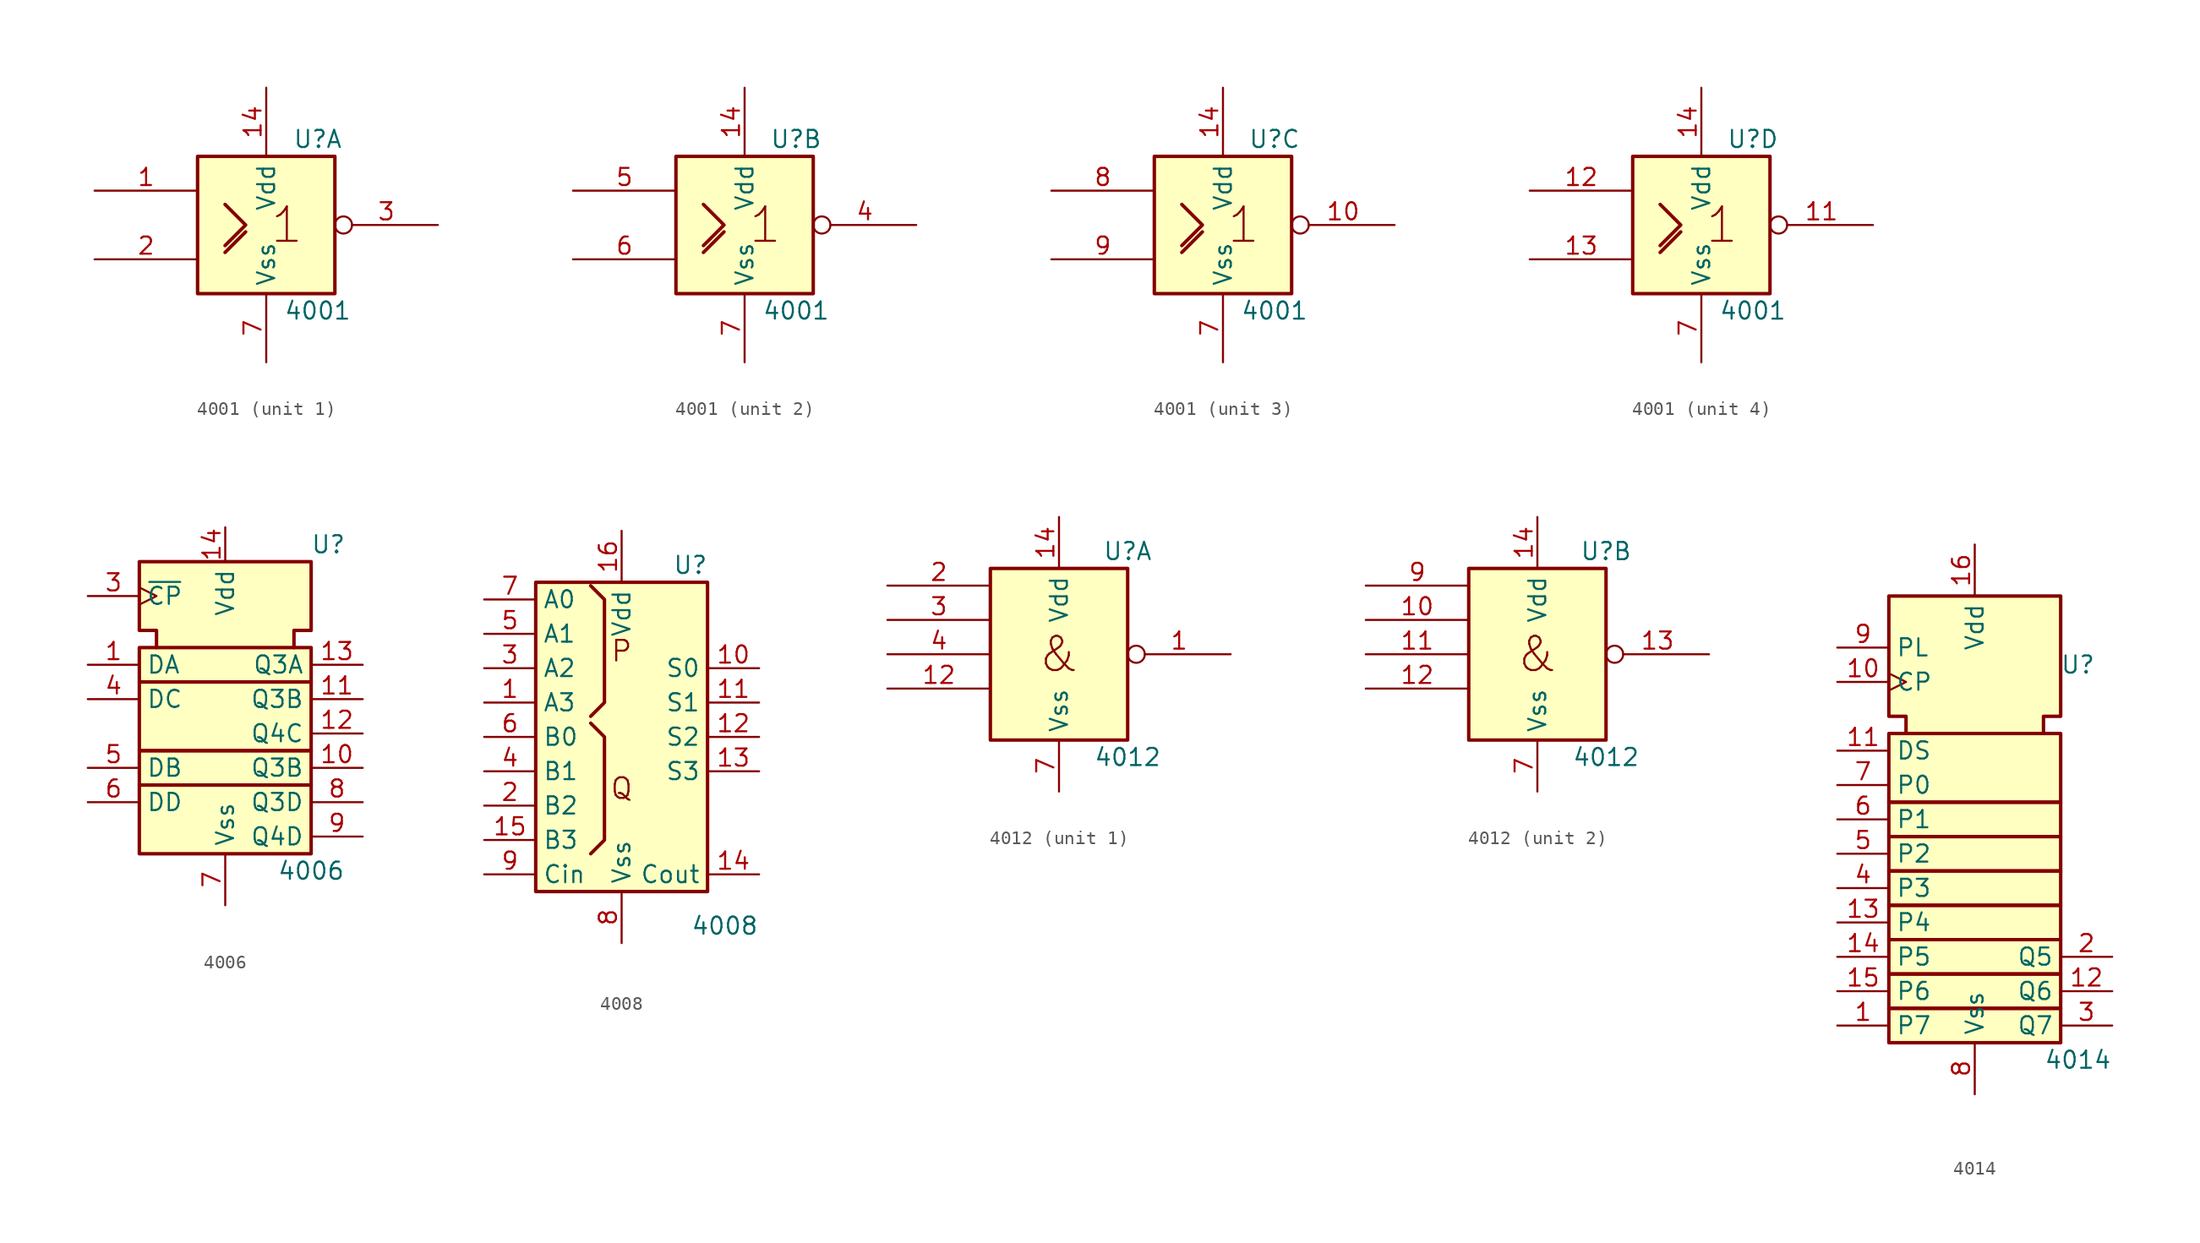
<source format=kicad_sym>
(kicad_symbol_lib
  (version 20220914)
  (generator kicad_symbol_editor)
  (symbol "4001"
    (property "Reference" "U"
      (at 3.81 6.35 0)
      (effects (font (size 1.27 1.27))))
    (property "Value" "4001"
      (at 3.81 -6.35 0)
      (effects (font (size 1.27 1.27))))
    (symbol "4001_0_0"
      (rectangle (start -5.08 5.08) (end 5.08 -5.08) (stroke (width 0.254) (type default)) (fill (type background)))
      (text "1" (at 1.524 0 0) (effects (font (size 2.54 2.54))))
      (pin power_in line (at 0 10.16 270) (length 5.08) (name "Vdd" (effects (font (size 1.27 1.27)))) (number "14" (effects (font (size 1.27 1.27)))))
      (pin power_in line (at 0 -10.16 90) (length 5.08) (name "Vss" (effects (font (size 1.27 1.27)))) (number "7" (effects (font (size 1.27 1.27))))))
    (symbol "4001_0_1"
      (polyline (pts (xy -3.048 -2.032) (xy -1.524 -0.508) (xy -1.524 -0.508)) (stroke (width 0.254) (type default)) (fill (type background)))
      (polyline (pts (xy -3.048 1.524) (xy -1.524 0) (xy -3.048 -1.524) (xy -3.048 -1.524)) (stroke (width 0.254) (type default)) (fill (type background))))
    (symbol "4001_1_1"
      (pin input line (at -12.7 2.54 0) (length 7.62) (name "~" (effects (font (size 1.27 1.27)))) (number "1" (effects (font (size 1.27 1.27)))))
      (pin input line (at -12.7 -2.54 0) (length 7.62) (name "~" (effects (font (size 1.27 1.27)))) (number "2" (effects (font (size 1.27 1.27)))))
      (pin output inverted (at 12.7 0 180) (length 7.62) (name "~" (effects (font (size 1.27 1.27)))) (number "3" (effects (font (size 1.27 1.27))))))
    (symbol "4001_2_1"
      (pin output inverted (at 12.7 0 180) (length 7.62) (name "~" (effects (font (size 1.27 1.27)))) (number "4" (effects (font (size 1.27 1.27)))))
      (pin input line (at -12.7 2.54 0) (length 7.62) (name "~" (effects (font (size 1.27 1.27)))) (number "5" (effects (font (size 1.27 1.27)))))
      (pin input line (at -12.7 -2.54 0) (length 7.62) (name "~" (effects (font (size 1.27 1.27)))) (number "6" (effects (font (size 1.27 1.27))))))
    (symbol "4001_3_1"
      (pin output inverted (at 12.7 0 180) (length 7.62) (name "~" (effects (font (size 1.27 1.27)))) (number "10" (effects (font (size 1.27 1.27)))))
      (pin input line (at -12.7 2.54 0) (length 7.62) (name "~" (effects (font (size 1.27 1.27)))) (number "8" (effects (font (size 1.27 1.27)))))
      (pin input line (at -12.7 -2.54 0) (length 7.62) (name "~" (effects (font (size 1.27 1.27)))) (number "9" (effects (font (size 1.27 1.27))))))
    (symbol "4001_4_1"
      (pin output inverted (at 12.7 0 180) (length 7.62) (name "~" (effects (font (size 1.27 1.27)))) (number "11" (effects (font (size 1.27 1.27)))))
      (pin input line (at -12.7 2.54 0) (length 7.62) (name "~" (effects (font (size 1.27 1.27)))) (number "12" (effects (font (size 1.27 1.27)))))
      (pin input line (at -12.7 -2.54 0) (length 7.62) (name "~" (effects (font (size 1.27 1.27)))) (number "13" (effects (font (size 1.27 1.27)))))))
  (symbol "4006"
    (property "Reference" "U"
      (at 7.62 8.89 0)
      (effects (font (size 1.27 1.27))))
    (property "Value" "4006"
      (at 6.35 -15.24 0)
      (effects (font (size 1.27 1.27))))
    (symbol "4006_0_0"
      (rectangle (start -6.35 -8.89) (end 6.35 -13.97) (stroke (width 0.254) (type default)) (fill (type background)))
      (rectangle (start -6.35 -6.35) (end 6.35 -8.89) (stroke (width 0.254) (type default)) (fill (type background)))
      (rectangle (start -6.35 -1.27) (end 6.35 -6.35) (stroke (width 0.254) (type default)) (fill (type background)))
      (rectangle (start -6.35 1.27) (end 6.35 -1.27) (stroke (width 0.254) (type default)) (fill (type background)))
      (polyline (pts (xy -5.08 1.27) (xy -5.08 2.54) (xy -6.35 2.54) (xy -6.35 7.62) (xy 6.35 7.62) (xy 6.35 2.54) (xy 5.08 2.54) (xy 5.08 1.27) (xy 5.08 1.27)) (stroke (width 0.254) (type default)) (fill (type background))))
    (symbol "4006_0_1"
      (pin power_in line (at 0 10.16 270) (length 2.54) (name "Vdd" (effects (font (size 1.27 1.27)))) (number "14" (effects (font (size 1.27 1.27)))))
      (pin power_in line (at 0 -17.78 90) (length 3.81) (name "Vss" (effects (font (size 1.27 1.27)))) (number "7" (effects (font (size 1.27 1.27))))))
    (symbol "4006_1_1"
      (pin input line (at -10.16 0 0) (length 3.81) (name "DA" (effects (font (size 1.27 1.27)))) (number "1" (effects (font (size 1.27 1.27)))))
      (pin output line (at 10.16 -7.62 180) (length 3.81) (name "Q3B" (effects (font (size 1.27 1.27)))) (number "10" (effects (font (size 1.27 1.27)))))
      (pin output line (at 10.16 -2.54 180) (length 3.81) (name "Q3B" (effects (font (size 1.27 1.27)))) (number "11" (effects (font (size 1.27 1.27)))))
      (pin output line (at 10.16 -5.08 180) (length 3.81) (name "Q4C" (effects (font (size 1.27 1.27)))) (number "12" (effects (font (size 1.27 1.27)))))
      (pin output line (at 10.16 0 180) (length 3.81) (name "Q3A" (effects (font (size 1.27 1.27)))) (number "13" (effects (font (size 1.27 1.27)))))
      (pin input clock (at -10.16 5.08 0) (length 3.81) (name "~{CP}" (effects (font (size 1.27 1.27)))) (number "3" (effects (font (size 1.27 1.27)))))
      (pin input line (at -10.16 -2.54 0) (length 3.81) (name "DC" (effects (font (size 1.27 1.27)))) (number "4" (effects (font (size 1.27 1.27)))))
      (pin input line (at -10.16 -7.62 0) (length 3.81) (name "DB" (effects (font (size 1.27 1.27)))) (number "5" (effects (font (size 1.27 1.27)))))
      (pin input line (at -10.16 -10.16 0) (length 3.81) (name "DD" (effects (font (size 1.27 1.27)))) (number "6" (effects (font (size 1.27 1.27)))))
      (pin output line (at 10.16 -10.16 180) (length 3.81) (name "Q3D" (effects (font (size 1.27 1.27)))) (number "8" (effects (font (size 1.27 1.27)))))
      (pin output line (at 10.16 -12.7 180) (length 3.81) (name "Q4D" (effects (font (size 1.27 1.27)))) (number "9" (effects (font (size 1.27 1.27)))))))
  (symbol "4008"
    (property "Reference" "U"
      (at 5.08 12.7 0)
      (effects (font (size 1.27 1.27))))
    (property "Value" "4008"
      (at 7.62 -13.97 0)
      (effects (font (size 1.27 1.27))))
    (symbol "4008_0_0"
      (text "P" (at 0 6.35 0) (effects (font (size 1.524 1.524))))
      (text "Q" (at 0 -3.81 0) (effects (font (size 1.524 1.524)))))
    (symbol "4008_0_1"
      (rectangle (start -6.35 11.43) (end 6.35 -11.43) (stroke (width 0.254) (type default)) (fill (type background)))
      (polyline (pts (xy -2.286 1.016) (xy -1.27 0) (xy -1.27 -7.62) (xy -2.286 -8.636) (xy -2.286 -8.636)) (stroke (width 0.254) (type default)) (fill (type background)))
      (polyline (pts (xy -2.286 1.524) (xy -1.27 2.54) (xy -1.27 10.16) (xy -2.286 11.176) (xy -2.286 11.176)) (stroke (width 0.254) (type default)) (fill (type background))))
    (symbol "4008_1_1"
      (pin input line (at -10.16 2.54 0) (length 3.81) (name "A3" (effects (font (size 1.27 1.27)))) (number "1" (effects (font (size 1.27 1.27)))))
      (pin output line (at 10.16 5.08 180) (length 3.81) (name "S0" (effects (font (size 1.27 1.27)))) (number "10" (effects (font (size 1.27 1.27)))))
      (pin output line (at 10.16 2.54 180) (length 3.81) (name "S1" (effects (font (size 1.27 1.27)))) (number "11" (effects (font (size 1.27 1.27)))))
      (pin output line (at 10.16 0 180) (length 3.81) (name "S2" (effects (font (size 1.27 1.27)))) (number "12" (effects (font (size 1.27 1.27)))))
      (pin output line (at 10.16 -2.54 180) (length 3.81) (name "S3" (effects (font (size 1.27 1.27)))) (number "13" (effects (font (size 1.27 1.27)))))
      (pin output line (at 10.16 -10.16 180) (length 3.81) (name "Cout" (effects (font (size 1.27 1.27)))) (number "14" (effects (font (size 1.27 1.27)))))
      (pin input line (at -10.16 -7.62 0) (length 3.81) (name "B3" (effects (font (size 1.27 1.27)))) (number "15" (effects (font (size 1.27 1.27)))))
      (pin power_in line (at 0 15.24 270) (length 3.81) (name "Vdd" (effects (font (size 1.27 1.27)))) (number "16" (effects (font (size 1.27 1.27)))))
      (pin input line (at -10.16 -5.08 0) (length 3.81) (name "B2" (effects (font (size 1.27 1.27)))) (number "2" (effects (font (size 1.27 1.27)))))
      (pin input line (at -10.16 5.08 0) (length 3.81) (name "A2" (effects (font (size 1.27 1.27)))) (number "3" (effects (font (size 1.27 1.27)))))
      (pin input line (at -10.16 -2.54 0) (length 3.81) (name "B1" (effects (font (size 1.27 1.27)))) (number "4" (effects (font (size 1.27 1.27)))))
      (pin input line (at -10.16 7.62 0) (length 3.81) (name "A1" (effects (font (size 1.27 1.27)))) (number "5" (effects (font (size 1.27 1.27)))))
      (pin input line (at -10.16 0 0) (length 3.81) (name "B0" (effects (font (size 1.27 1.27)))) (number "6" (effects (font (size 1.27 1.27)))))
      (pin input line (at -10.16 10.16 0) (length 3.81) (name "A0" (effects (font (size 1.27 1.27)))) (number "7" (effects (font (size 1.27 1.27)))))
      (pin power_in line (at 0 -15.24 90) (length 3.81) (name "Vss" (effects (font (size 1.27 1.27)))) (number "8" (effects (font (size 1.27 1.27)))))
      (pin input line (at -10.16 -10.16 0) (length 3.81) (name "Cin" (effects (font (size 1.27 1.27)))) (number "9" (effects (font (size 1.27 1.27)))))))
  (symbol "4012"
    (property "Reference" "U"
      (at 5.08 7.62 0)
      (effects (font (size 1.27 1.27))))
    (property "Value" "4012"
      (at 5.08 -7.62 0)
      (effects (font (size 1.27 1.27))))
    (symbol "4012_0_0"
      (text "&" (at 0 0 0) (effects (font (size 2.54 2.54)))))
    (symbol "4012_0_1"
      (rectangle (start -5.08 6.35) (end 5.08 -6.35) (stroke (width 0.254) (type default)) (fill (type background)))
      (pin power_in line (at 0 10.16 270) (length 3.81) (name "Vdd" (effects (font (size 1.27 1.27)))) (number "14" (effects (font (size 1.27 1.27)))))
      (pin power_in line (at 0 -10.16 90) (length 3.81) (name "Vss" (effects (font (size 1.27 1.27)))) (number "7" (effects (font (size 1.27 1.27))))))
    (symbol "4012_1_1"
      (pin output inverted (at 12.7 0 180) (length 7.62) (name "~" (effects (font (size 1.27 1.27)))) (number "1" (effects (font (size 1.27 1.27)))))
      (pin input line (at -12.7 -2.54 0) (length 7.62) (name "~" (effects (font (size 1.27 1.27)))) (number "12" (effects (font (size 1.27 1.27)))))
      (pin input line (at -12.7 5.08 0) (length 7.62) (name "~" (effects (font (size 1.27 1.27)))) (number "2" (effects (font (size 1.27 1.27)))))
      (pin input line (at -12.7 2.54 0) (length 7.62) (name "~" (effects (font (size 1.27 1.27)))) (number "3" (effects (font (size 1.27 1.27)))))
      (pin input line (at -12.7 0 0) (length 7.62) (name "~" (effects (font (size 1.27 1.27)))) (number "4" (effects (font (size 1.27 1.27))))))
    (symbol "4012_2_1"
      (pin input line (at -12.7 2.54 0) (length 7.62) (name "~" (effects (font (size 1.27 1.27)))) (number "10" (effects (font (size 1.27 1.27)))))
      (pin input line (at -12.7 0 0) (length 7.62) (name "~" (effects (font (size 1.27 1.27)))) (number "11" (effects (font (size 1.27 1.27)))))
      (pin input line (at -12.7 -2.54 0) (length 7.62) (name "~" (effects (font (size 1.27 1.27)))) (number "12" (effects (font (size 1.27 1.27)))))
      (pin output inverted (at 12.7 0 180) (length 7.62) (name "~" (effects (font (size 1.27 1.27)))) (number "13" (effects (font (size 1.27 1.27)))))
      (pin input line (at -12.7 5.08 0) (length 7.62) (name "~" (effects (font (size 1.27 1.27)))) (number "9" (effects (font (size 1.27 1.27)))))))
  (symbol "4014"
    (property "Reference" "U"
      (at 7.62 11.43 0)
      (effects (font (size 1.27 1.27))))
    (property "Value" "4014"
      (at 7.62 -17.78 0)
      (effects (font (size 1.27 1.27))))
    (symbol "4014_0_1"
      (rectangle (start -6.35 -13.97) (end 6.35 -16.51) (stroke (width 0.254) (type default)) (fill (type background)))
      (rectangle (start -6.35 -11.43) (end 6.35 -13.97) (stroke (width 0.254) (type default)) (fill (type background)))
      (rectangle (start -6.35 -8.89) (end 6.35 -11.43) (stroke (width 0.254) (type default)) (fill (type background)))
      (rectangle (start -6.35 -6.35) (end 6.35 -8.89) (stroke (width 0.254) (type default)) (fill (type background)))
      (rectangle (start -6.35 -3.81) (end 6.35 -6.35) (stroke (width 0.254) (type default)) (fill (type background)))
      (rectangle (start -6.35 -1.27) (end 6.35 -3.81) (stroke (width 0.254) (type default)) (fill (type background)))
      (rectangle (start -6.35 1.27) (end 6.35 -1.27) (stroke (width 0.254) (type default)) (fill (type background)))
      (rectangle (start -6.35 6.35) (end 6.35 1.27) (stroke (width 0.254) (type default)) (fill (type background)))
      (polyline (pts (xy -5.08 6.35) (xy -5.08 7.62) (xy -6.35 7.62) (xy -6.35 16.51) (xy 6.35 16.51) (xy 6.35 7.62) (xy 5.08 7.62) (xy 5.08 6.35) (xy 5.08 6.35)) (stroke (width 0.254) (type default)) (fill (type background))))
    (symbol "4014_1_1"
      (pin input line (at -10.16 -15.24 0) (length 3.81) (name "P7" (effects (font (size 1.27 1.27)))) (number "1" (effects (font (size 1.27 1.27)))))
      (pin input clock (at -10.16 10.16 0) (length 3.81) (name "CP" (effects (font (size 1.27 1.27)))) (number "10" (effects (font (size 1.27 1.27)))))
      (pin input line (at -10.16 5.08 0) (length 3.81) (name "DS" (effects (font (size 1.27 1.27)))) (number "11" (effects (font (size 1.27 1.27)))))
      (pin output line (at 10.16 -12.7 180) (length 3.81) (name "Q6" (effects (font (size 1.27 1.27)))) (number "12" (effects (font (size 1.27 1.27)))))
      (pin input line (at -10.16 -7.62 0) (length 3.81) (name "P4" (effects (font (size 1.27 1.27)))) (number "13" (effects (font (size 1.27 1.27)))))
      (pin input line (at -10.16 -10.16 0) (length 3.81) (name "P5" (effects (font (size 1.27 1.27)))) (number "14" (effects (font (size 1.27 1.27)))))
      (pin input line (at -10.16 -12.7 0) (length 3.81) (name "P6" (effects (font (size 1.27 1.27)))) (number "15" (effects (font (size 1.27 1.27)))))
      (pin power_in line (at 0 20.32 270) (length 3.81) (name "Vdd" (effects (font (size 1.27 1.27)))) (number "16" (effects (font (size 1.27 1.27)))))
      (pin output line (at 10.16 -10.16 180) (length 3.81) (name "Q5" (effects (font (size 1.27 1.27)))) (number "2" (effects (font (size 1.27 1.27)))))
      (pin output line (at 10.16 -15.24 180) (length 3.81) (name "Q7" (effects (font (size 1.27 1.27)))) (number "3" (effects (font (size 1.27 1.27)))))
      (pin input line (at -10.16 -5.08 0) (length 3.81) (name "P3" (effects (font (size 1.27 1.27)))) (number "4" (effects (font (size 1.27 1.27)))))
      (pin input line (at -10.16 -2.54 0) (length 3.81) (name "P2" (effects (font (size 1.27 1.27)))) (number "5" (effects (font (size 1.27 1.27)))))
      (pin input line (at -10.16 0 0) (length 3.81) (name "P1" (effects (font (size 1.27 1.27)))) (number "6" (effects (font (size 1.27 1.27)))))
      (pin input line (at -10.16 2.54 0) (length 3.81) (name "P0" (effects (font (size 1.27 1.27)))) (number "7" (effects (font (size 1.27 1.27)))))
      (pin power_in line (at 0 -20.32 90) (length 3.81) (name "Vss" (effects (font (size 1.27 1.27)))) (number "8" (effects (font (size 1.27 1.27)))))
      (pin input line (at -10.16 12.7 0) (length 3.81) (name "PL" (effects (font (size 1.27 1.27)))) (number "9" (effects (font (size 1.27 1.27))))))))
</source>
